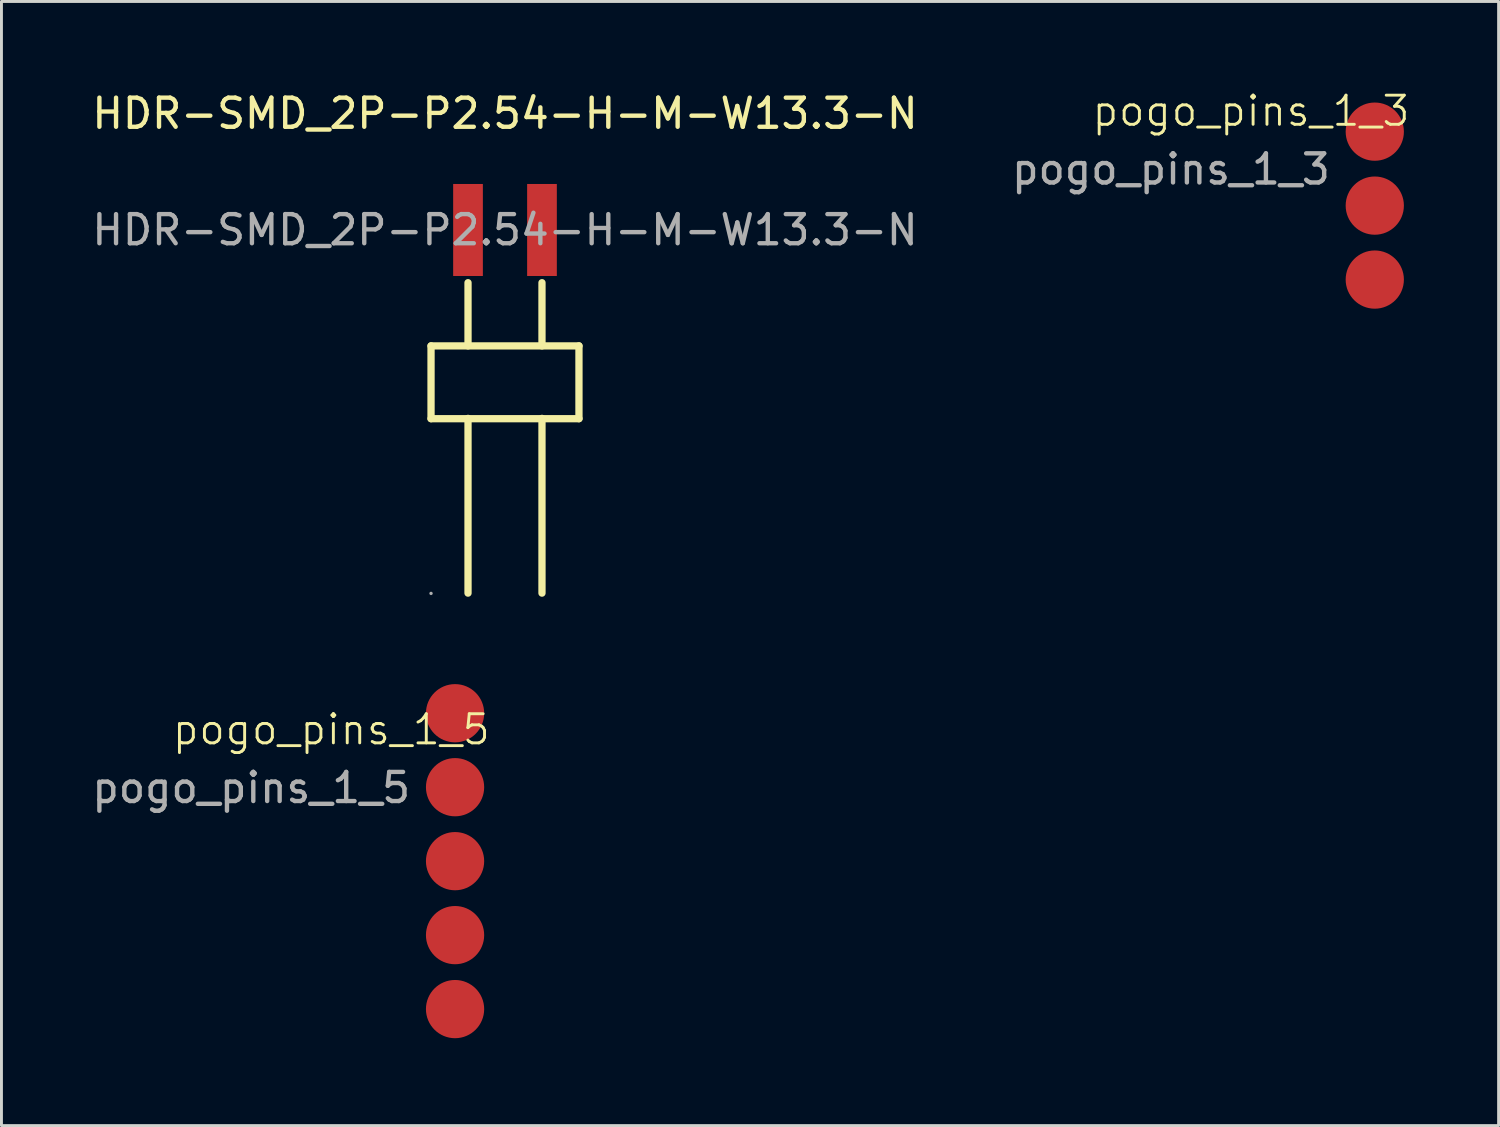
<source format=kicad_pcb>
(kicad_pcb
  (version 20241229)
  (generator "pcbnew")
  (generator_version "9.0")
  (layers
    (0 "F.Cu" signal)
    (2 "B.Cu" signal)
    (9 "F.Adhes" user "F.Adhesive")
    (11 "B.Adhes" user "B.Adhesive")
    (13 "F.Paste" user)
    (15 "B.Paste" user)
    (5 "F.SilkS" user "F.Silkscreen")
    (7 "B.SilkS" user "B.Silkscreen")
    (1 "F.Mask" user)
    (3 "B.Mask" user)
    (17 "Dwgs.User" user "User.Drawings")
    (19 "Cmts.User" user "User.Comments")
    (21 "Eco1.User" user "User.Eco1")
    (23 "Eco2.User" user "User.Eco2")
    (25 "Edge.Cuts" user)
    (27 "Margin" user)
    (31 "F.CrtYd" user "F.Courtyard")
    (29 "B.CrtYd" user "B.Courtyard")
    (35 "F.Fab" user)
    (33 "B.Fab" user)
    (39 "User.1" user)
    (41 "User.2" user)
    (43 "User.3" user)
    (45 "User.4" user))
  (footprint "pogo_pins_1_5"
    (layer "F.Cu")
    (at 12.577 26.483)
    (property "Reference" "pogo_pins_1_5" (at -4.25 -4.48 0) (unlocked yes) (layer "F.SilkS") (effects (font (size 1 1) (thickness 0.1))))
    (attr smd)
    (fp_text user "${REFERENCE}" (at -7 -2.48 0) (unlocked yes) (layer "F.Fab") (effects (font (size 1 1) (thickness 0.15))))
    (pad "1" smd circle (at 0 -5.04) (size 2 2) (layers "F.Cu" "F.Mask"))
    (pad "2" smd circle (at 0 -2.5) (size 2 2) (layers "F.Cu" "F.Mask"))
    (pad "3" smd circle (at 0 0.04) (size 2 2) (layers "F.Cu" "F.Mask"))
    (pad "4" smd circle (at 0 2.58) (size 2 2) (layers "F.Cu" "F.Mask"))
    (pad "5" smd circle (at 0 5.12) (size 2 2) (layers "F.Cu" "F.Mask")))
  (footprint "pogo_pins_1_3"
    (layer "F.Cu")
    (at 44.161 4.011)
    (property "Reference" "pogo_pins_1_3" (at -4.25 -3.25 0) (unlocked yes) (layer "F.SilkS") (effects (font (size 1 1) (thickness 0.1))))
    (attr smd)
    (fp_text user "${REFERENCE}" (at -7 -1.25 0) (unlocked yes) (layer "F.Fab") (effects (font (size 1 1) (thickness 0.15))))
    (pad "1" smd circle (at 0 -2.54) (size 2 2) (layers "F.Cu" "F.Mask"))
    (pad "2" smd circle (at 0 0) (size 2 2) (layers "F.Cu" "F.Mask"))
    (pad "3" smd circle (at 0 2.54) (size 2 2) (layers "F.Cu" "F.Mask")))
  (footprint "HDR-SMD_2P-P2.54-H-M-W13.3-N"
    (layer "F.Cu")
    (at 14.292 4.848)
    (property "Reference" "HDR-SMD_2P-P2.54-H-M-W13.3-N" (at 0 -4 0) (layer "F.SilkS") (effects (font (size 1 1) (thickness 0.15))))
    (attr smd)
    (fp_line (start -2.54 3.98) (end -2.54 6.48) (stroke (width 0.25) (type solid)) (layer "F.SilkS"))
    (fp_line (start -2.54 3.98) (end 2.54 3.98) (stroke (width 0.25) (type solid)) (layer "F.SilkS"))
    (fp_line (start -2.54 6.48) (end 2.54 6.48) (stroke (width 0.25) (type solid)) (layer "F.SilkS"))
    (fp_line (start -1.27 1.81) (end -1.27 3.98) (stroke (width 0.25) (type solid)) (layer "F.SilkS"))
    (fp_line (start -1.27 6.47) (end -1.27 12.47) (stroke (width 0.25) (type solid)) (layer "F.SilkS"))
    (fp_line (start 1.27 1.81) (end 1.27 3.98) (stroke (width 0.25) (type solid)) (layer "F.SilkS"))
    (fp_line (start 1.27 6.47) (end 1.27 12.47) (stroke (width 0.25) (type solid)) (layer "F.SilkS"))
    (fp_line (start 2.54 3.98) (end 2.54 6.48) (stroke (width 0.25) (type solid)) (layer "F.SilkS"))
    (fp_circle (center -2.54 12.48) (end -2.51 12.48) (stroke (width 0.06) (type solid)) (fill no) (layer "F.Fab"))
    (fp_text user "${REFERENCE}" (at 0 0 0) (layer "F.Fab") (effects (font (size 1 1) (thickness 0.15))))
    (pad "1" smd rect (at -1.27 0) (size 1.02 3.16) (layers "F.Cu" "F.Mask" "F.Paste"))
    (pad "2" smd rect (at 1.27 0) (size 1.02 3.16) (layers "F.Cu" "F.Mask" "F.Paste")))
  (gr_rect
    (start -3 -3)
    (end 48.413 35.603)
    (stroke (width 0.1) (type default))
    (fill no)
    (layer "Edge.Cuts")))
</source>
